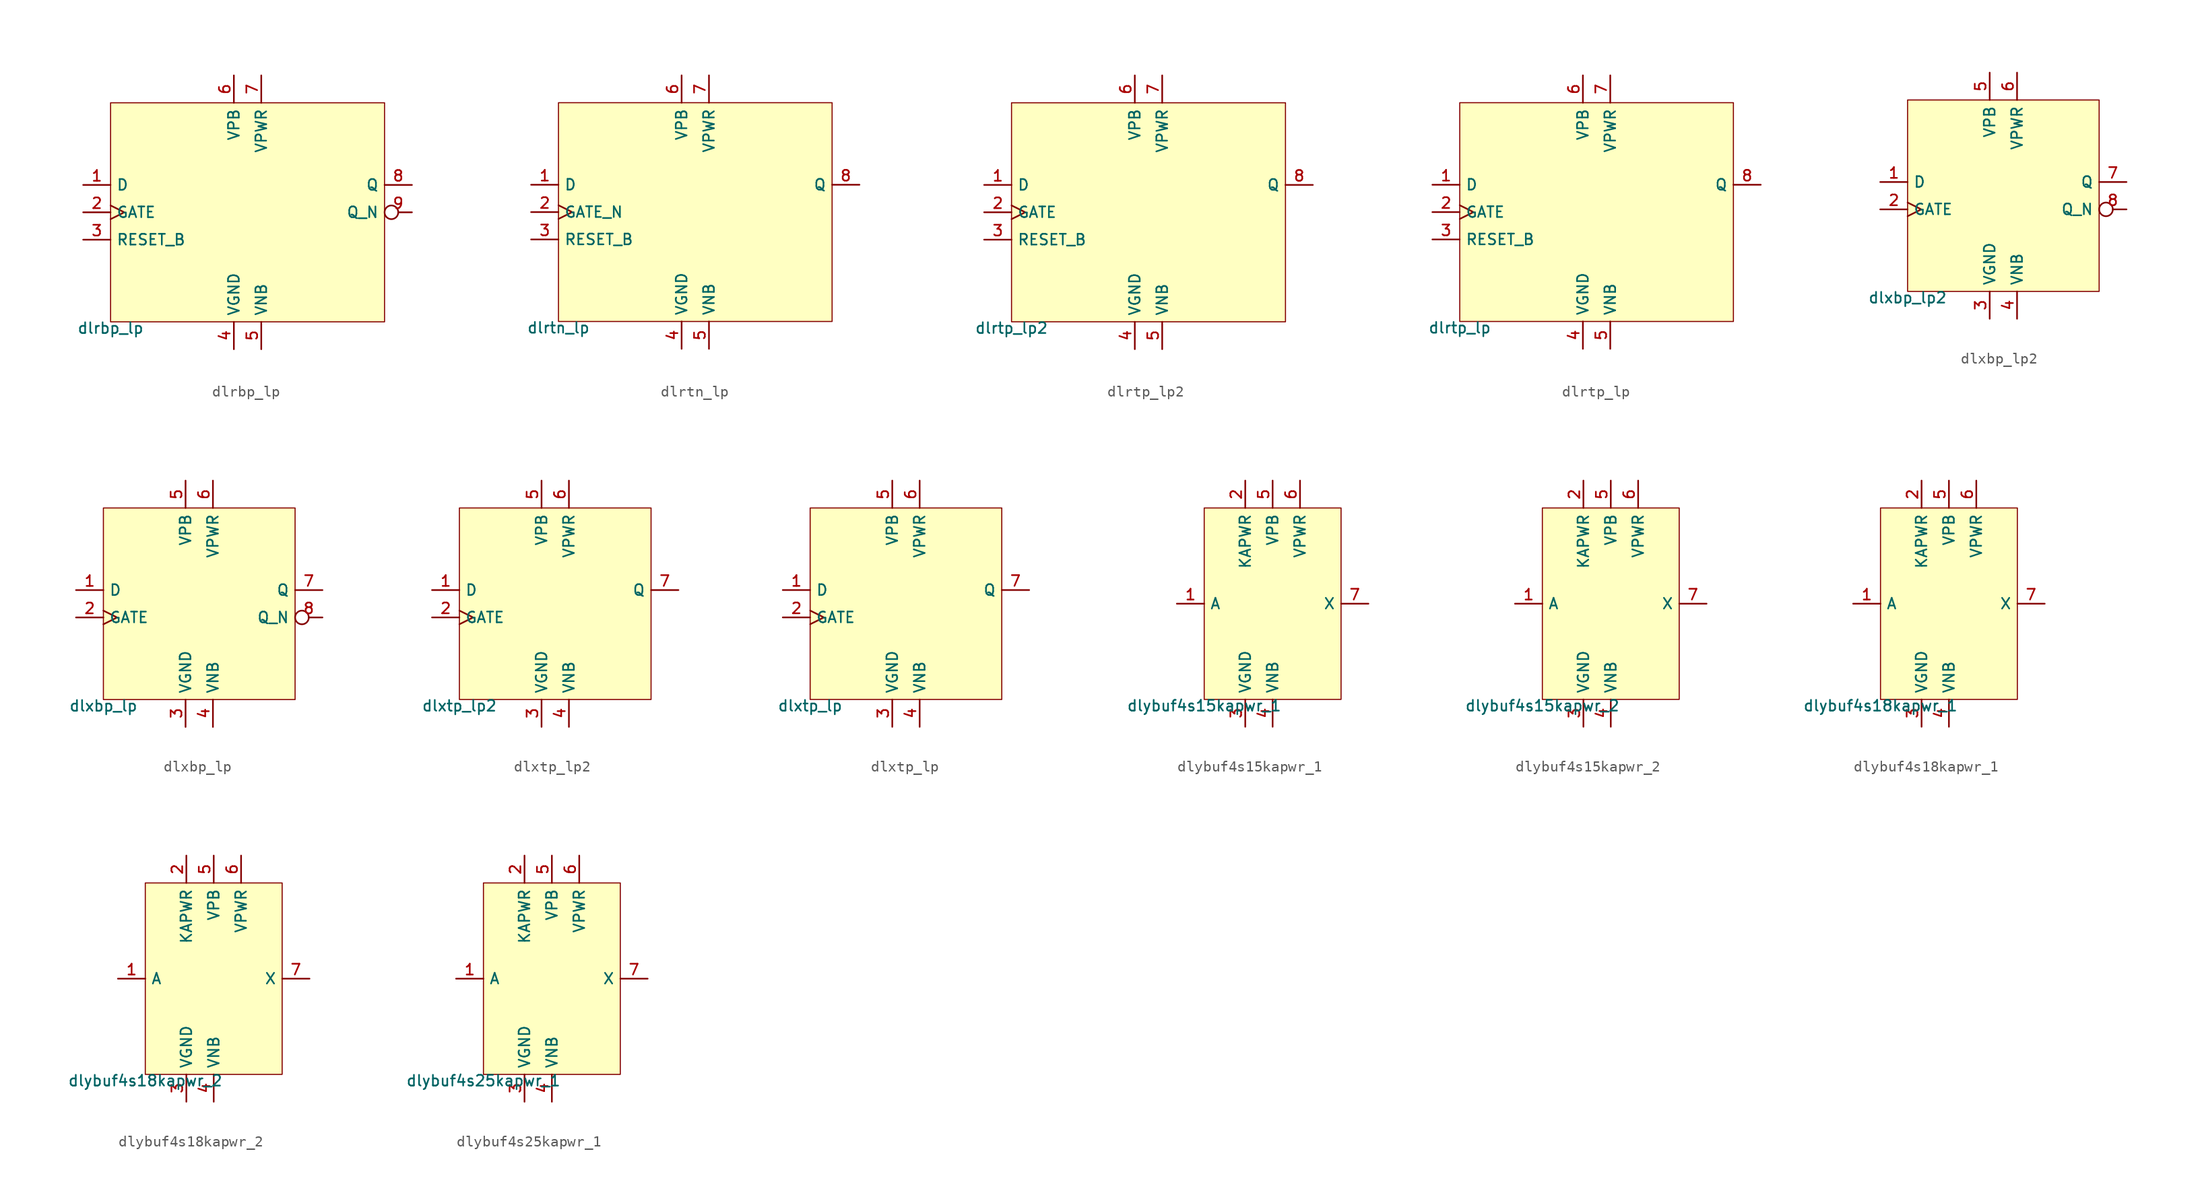
<source format=kicad_sym>
(kicad_symbol_lib
  (version 20211014)
  (generator pdk2kicad)
  (symbol "dlrbp_lp"
    (property "Reference" "X"
      (at 0 0 0)
      (effects (font (size 1 1)) hide))
    (property "Value" "dlrbp_lp"
      (at -12.7 -10.16 0)
      (effects (font (size 1 1)) (justify top)))
    (rectangle
      (start -12.7 -10.16)
      (end 12.7 10.16)
      (stroke (width 0.1) (type solid) (color 0 0 0 0))
      (fill (type background)))
    (pin input line
      (at -15.24 2.54 0)
      (length 2.54)
      (name "D" (effects (font (size 1 1)) hide))
      (number "1" (effects (font (size 1 1)) hide)))
    (pin input clock
      (at -15.24 0.0 0)
      (length 2.54)
      (name "GATE" (effects (font (size 1 1)) hide))
      (number "2" (effects (font (size 1 1)) hide)))
    (pin input line
      (at -15.24 -2.54 0)
      (length 2.54)
      (name "RESET_B" (effects (font (size 1 1)) hide))
      (number "3" (effects (font (size 1 1)) hide)))
    (pin power_in line
      (at -1.27 -12.7 90)
      (length 2.54)
      (name "VGND" (effects (font (size 1 1)) hide))
      (number "4" (effects (font (size 1 1)) hide)))
    (pin power_in line
      (at 1.27 -12.7 90)
      (length 2.54)
      (name "VNB" (effects (font (size 1 1)) hide))
      (number "5" (effects (font (size 1 1)) hide)))
    (pin power_in line
      (at -1.27 12.7 270)
      (length 2.54)
      (name "VPB" (effects (font (size 1 1)) hide))
      (number "6" (effects (font (size 1 1)) hide)))
    (pin power_in line
      (at 1.27 12.7 270)
      (length 2.54)
      (name "VPWR" (effects (font (size 1 1)) hide))
      (number "7" (effects (font (size 1 1)) hide)))
    (pin output line
      (at 15.24 2.54 180)
      (length 2.54)
      (name "Q" (effects (font (size 1 1)) hide))
      (number "8" (effects (font (size 1 1)) hide)))
    (pin output inverted
      (at 15.24 0.0 180)
      (length 2.54)
      (name "Q_N" (effects (font (size 1 1)) hide))
      (number "9" (effects (font (size 1 1)) hide))))
  (symbol "dlrtn_lp"
    (property "Reference" "X"
      (at 0 0 0)
      (effects (font (size 1 1)) hide))
    (property "Value" "dlrtn_lp"
      (at -12.7 -10.16 0)
      (effects (font (size 1 1)) (justify top)))
    (rectangle
      (start -12.7 -10.16)
      (end 12.7 10.16)
      (stroke (width 0.1) (type solid) (color 0 0 0 0))
      (fill (type background)))
    (pin input line
      (at -15.24 2.54 0)
      (length 2.54)
      (name "D" (effects (font (size 1 1)) hide))
      (number "1" (effects (font (size 1 1)) hide)))
    (pin input clock
      (at -15.24 0.0 0)
      (length 2.54)
      (name "GATE_N" (effects (font (size 1 1)) hide))
      (number "2" (effects (font (size 1 1)) hide)))
    (pin input line
      (at -15.24 -2.54 0)
      (length 2.54)
      (name "RESET_B" (effects (font (size 1 1)) hide))
      (number "3" (effects (font (size 1 1)) hide)))
    (pin power_in line
      (at -1.27 -12.7 90)
      (length 2.54)
      (name "VGND" (effects (font (size 1 1)) hide))
      (number "4" (effects (font (size 1 1)) hide)))
    (pin power_in line
      (at 1.27 -12.7 90)
      (length 2.54)
      (name "VNB" (effects (font (size 1 1)) hide))
      (number "5" (effects (font (size 1 1)) hide)))
    (pin power_in line
      (at -1.27 12.7 270)
      (length 2.54)
      (name "VPB" (effects (font (size 1 1)) hide))
      (number "6" (effects (font (size 1 1)) hide)))
    (pin power_in line
      (at 1.27 12.7 270)
      (length 2.54)
      (name "VPWR" (effects (font (size 1 1)) hide))
      (number "7" (effects (font (size 1 1)) hide)))
    (pin output line
      (at 15.24 2.54 180)
      (length 2.54)
      (name "Q" (effects (font (size 1 1)) hide))
      (number "8" (effects (font (size 1 1)) hide))))
  (symbol "dlrtp_lp2"
    (property "Reference" "X"
      (at 0 0 0)
      (effects (font (size 1 1)) hide))
    (property "Value" "dlrtp_lp2"
      (at -12.7 -10.16 0)
      (effects (font (size 1 1)) (justify top)))
    (rectangle
      (start -12.7 -10.16)
      (end 12.7 10.16)
      (stroke (width 0.1) (type solid) (color 0 0 0 0))
      (fill (type background)))
    (pin input line
      (at -15.24 2.54 0)
      (length 2.54)
      (name "D" (effects (font (size 1 1)) hide))
      (number "1" (effects (font (size 1 1)) hide)))
    (pin input clock
      (at -15.24 0.0 0)
      (length 2.54)
      (name "GATE" (effects (font (size 1 1)) hide))
      (number "2" (effects (font (size 1 1)) hide)))
    (pin input line
      (at -15.24 -2.54 0)
      (length 2.54)
      (name "RESET_B" (effects (font (size 1 1)) hide))
      (number "3" (effects (font (size 1 1)) hide)))
    (pin power_in line
      (at -1.27 -12.7 90)
      (length 2.54)
      (name "VGND" (effects (font (size 1 1)) hide))
      (number "4" (effects (font (size 1 1)) hide)))
    (pin power_in line
      (at 1.27 -12.7 90)
      (length 2.54)
      (name "VNB" (effects (font (size 1 1)) hide))
      (number "5" (effects (font (size 1 1)) hide)))
    (pin power_in line
      (at -1.27 12.7 270)
      (length 2.54)
      (name "VPB" (effects (font (size 1 1)) hide))
      (number "6" (effects (font (size 1 1)) hide)))
    (pin power_in line
      (at 1.27 12.7 270)
      (length 2.54)
      (name "VPWR" (effects (font (size 1 1)) hide))
      (number "7" (effects (font (size 1 1)) hide)))
    (pin output line
      (at 15.24 2.54 180)
      (length 2.54)
      (name "Q" (effects (font (size 1 1)) hide))
      (number "8" (effects (font (size 1 1)) hide))))
  (symbol "dlrtp_lp"
    (property "Reference" "X"
      (at 0 0 0)
      (effects (font (size 1 1)) hide))
    (property "Value" "dlrtp_lp"
      (at -12.7 -10.16 0)
      (effects (font (size 1 1)) (justify top)))
    (rectangle
      (start -12.7 -10.16)
      (end 12.7 10.16)
      (stroke (width 0.1) (type solid) (color 0 0 0 0))
      (fill (type background)))
    (pin input line
      (at -15.24 2.54 0)
      (length 2.54)
      (name "D" (effects (font (size 1 1)) hide))
      (number "1" (effects (font (size 1 1)) hide)))
    (pin input clock
      (at -15.24 0.0 0)
      (length 2.54)
      (name "GATE" (effects (font (size 1 1)) hide))
      (number "2" (effects (font (size 1 1)) hide)))
    (pin input line
      (at -15.24 -2.54 0)
      (length 2.54)
      (name "RESET_B" (effects (font (size 1 1)) hide))
      (number "3" (effects (font (size 1 1)) hide)))
    (pin power_in line
      (at -1.27 -12.7 90)
      (length 2.54)
      (name "VGND" (effects (font (size 1 1)) hide))
      (number "4" (effects (font (size 1 1)) hide)))
    (pin power_in line
      (at 1.27 -12.7 90)
      (length 2.54)
      (name "VNB" (effects (font (size 1 1)) hide))
      (number "5" (effects (font (size 1 1)) hide)))
    (pin power_in line
      (at -1.27 12.7 270)
      (length 2.54)
      (name "VPB" (effects (font (size 1 1)) hide))
      (number "6" (effects (font (size 1 1)) hide)))
    (pin power_in line
      (at 1.27 12.7 270)
      (length 2.54)
      (name "VPWR" (effects (font (size 1 1)) hide))
      (number "7" (effects (font (size 1 1)) hide)))
    (pin output line
      (at 15.24 2.54 180)
      (length 2.54)
      (name "Q" (effects (font (size 1 1)) hide))
      (number "8" (effects (font (size 1 1)) hide))))
  (symbol "dlxbp_lp2"
    (property "Reference" "X"
      (at 0 0 0)
      (effects (font (size 1 1)) hide))
    (property "Value" "dlxbp_lp2"
      (at -8.89 -8.89 0)
      (effects (font (size 1 1)) (justify top)))
    (rectangle
      (start -8.89 -8.89)
      (end 8.89 8.89)
      (stroke (width 0.1) (type solid) (color 0 0 0 0))
      (fill (type background)))
    (pin input line
      (at -11.43 1.27 0)
      (length 2.54)
      (name "D" (effects (font (size 1 1)) hide))
      (number "1" (effects (font (size 1 1)) hide)))
    (pin input clock
      (at -11.43 -1.27 0)
      (length 2.54)
      (name "GATE" (effects (font (size 1 1)) hide))
      (number "2" (effects (font (size 1 1)) hide)))
    (pin power_in line
      (at -1.27 -11.43 90)
      (length 2.54)
      (name "VGND" (effects (font (size 1 1)) hide))
      (number "3" (effects (font (size 1 1)) hide)))
    (pin power_in line
      (at 1.27 -11.43 90)
      (length 2.54)
      (name "VNB" (effects (font (size 1 1)) hide))
      (number "4" (effects (font (size 1 1)) hide)))
    (pin power_in line
      (at -1.27 11.43 270)
      (length 2.54)
      (name "VPB" (effects (font (size 1 1)) hide))
      (number "5" (effects (font (size 1 1)) hide)))
    (pin power_in line
      (at 1.27 11.43 270)
      (length 2.54)
      (name "VPWR" (effects (font (size 1 1)) hide))
      (number "6" (effects (font (size 1 1)) hide)))
    (pin output line
      (at 11.43 1.27 180)
      (length 2.54)
      (name "Q" (effects (font (size 1 1)) hide))
      (number "7" (effects (font (size 1 1)) hide)))
    (pin output inverted
      (at 11.43 -1.27 180)
      (length 2.54)
      (name "Q_N" (effects (font (size 1 1)) hide))
      (number "8" (effects (font (size 1 1)) hide))))
  (symbol "dlxbp_lp"
    (property "Reference" "X"
      (at 0 0 0)
      (effects (font (size 1 1)) hide))
    (property "Value" "dlxbp_lp"
      (at -8.89 -8.89 0)
      (effects (font (size 1 1)) (justify top)))
    (rectangle
      (start -8.89 -8.89)
      (end 8.89 8.89)
      (stroke (width 0.1) (type solid) (color 0 0 0 0))
      (fill (type background)))
    (pin input line
      (at -11.43 1.27 0)
      (length 2.54)
      (name "D" (effects (font (size 1 1)) hide))
      (number "1" (effects (font (size 1 1)) hide)))
    (pin input clock
      (at -11.43 -1.27 0)
      (length 2.54)
      (name "GATE" (effects (font (size 1 1)) hide))
      (number "2" (effects (font (size 1 1)) hide)))
    (pin power_in line
      (at -1.27 -11.43 90)
      (length 2.54)
      (name "VGND" (effects (font (size 1 1)) hide))
      (number "3" (effects (font (size 1 1)) hide)))
    (pin power_in line
      (at 1.27 -11.43 90)
      (length 2.54)
      (name "VNB" (effects (font (size 1 1)) hide))
      (number "4" (effects (font (size 1 1)) hide)))
    (pin power_in line
      (at -1.27 11.43 270)
      (length 2.54)
      (name "VPB" (effects (font (size 1 1)) hide))
      (number "5" (effects (font (size 1 1)) hide)))
    (pin power_in line
      (at 1.27 11.43 270)
      (length 2.54)
      (name "VPWR" (effects (font (size 1 1)) hide))
      (number "6" (effects (font (size 1 1)) hide)))
    (pin output line
      (at 11.43 1.27 180)
      (length 2.54)
      (name "Q" (effects (font (size 1 1)) hide))
      (number "7" (effects (font (size 1 1)) hide)))
    (pin output inverted
      (at 11.43 -1.27 180)
      (length 2.54)
      (name "Q_N" (effects (font (size 1 1)) hide))
      (number "8" (effects (font (size 1 1)) hide))))
  (symbol "dlxtp_lp2"
    (property "Reference" "X"
      (at 0 0 0)
      (effects (font (size 1 1)) hide))
    (property "Value" "dlxtp_lp2"
      (at -8.89 -8.89 0)
      (effects (font (size 1 1)) (justify top)))
    (rectangle
      (start -8.89 -8.89)
      (end 8.89 8.89)
      (stroke (width 0.1) (type solid) (color 0 0 0 0))
      (fill (type background)))
    (pin input line
      (at -11.43 1.27 0)
      (length 2.54)
      (name "D" (effects (font (size 1 1)) hide))
      (number "1" (effects (font (size 1 1)) hide)))
    (pin input clock
      (at -11.43 -1.27 0)
      (length 2.54)
      (name "GATE" (effects (font (size 1 1)) hide))
      (number "2" (effects (font (size 1 1)) hide)))
    (pin power_in line
      (at -1.27 -11.43 90)
      (length 2.54)
      (name "VGND" (effects (font (size 1 1)) hide))
      (number "3" (effects (font (size 1 1)) hide)))
    (pin power_in line
      (at 1.27 -11.43 90)
      (length 2.54)
      (name "VNB" (effects (font (size 1 1)) hide))
      (number "4" (effects (font (size 1 1)) hide)))
    (pin power_in line
      (at -1.27 11.43 270)
      (length 2.54)
      (name "VPB" (effects (font (size 1 1)) hide))
      (number "5" (effects (font (size 1 1)) hide)))
    (pin power_in line
      (at 1.27 11.43 270)
      (length 2.54)
      (name "VPWR" (effects (font (size 1 1)) hide))
      (number "6" (effects (font (size 1 1)) hide)))
    (pin output line
      (at 11.43 1.27 180)
      (length 2.54)
      (name "Q" (effects (font (size 1 1)) hide))
      (number "7" (effects (font (size 1 1)) hide))))
  (symbol "dlxtp_lp"
    (property "Reference" "X"
      (at 0 0 0)
      (effects (font (size 1 1)) hide))
    (property "Value" "dlxtp_lp"
      (at -8.89 -8.89 0)
      (effects (font (size 1 1)) (justify top)))
    (rectangle
      (start -8.89 -8.89)
      (end 8.89 8.89)
      (stroke (width 0.1) (type solid) (color 0 0 0 0))
      (fill (type background)))
    (pin input line
      (at -11.43 1.27 0)
      (length 2.54)
      (name "D" (effects (font (size 1 1)) hide))
      (number "1" (effects (font (size 1 1)) hide)))
    (pin input clock
      (at -11.43 -1.27 0)
      (length 2.54)
      (name "GATE" (effects (font (size 1 1)) hide))
      (number "2" (effects (font (size 1 1)) hide)))
    (pin power_in line
      (at -1.27 -11.43 90)
      (length 2.54)
      (name "VGND" (effects (font (size 1 1)) hide))
      (number "3" (effects (font (size 1 1)) hide)))
    (pin power_in line
      (at 1.27 -11.43 90)
      (length 2.54)
      (name "VNB" (effects (font (size 1 1)) hide))
      (number "4" (effects (font (size 1 1)) hide)))
    (pin power_in line
      (at -1.27 11.43 270)
      (length 2.54)
      (name "VPB" (effects (font (size 1 1)) hide))
      (number "5" (effects (font (size 1 1)) hide)))
    (pin power_in line
      (at 1.27 11.43 270)
      (length 2.54)
      (name "VPWR" (effects (font (size 1 1)) hide))
      (number "6" (effects (font (size 1 1)) hide)))
    (pin output line
      (at 11.43 1.27 180)
      (length 2.54)
      (name "Q" (effects (font (size 1 1)) hide))
      (number "7" (effects (font (size 1 1)) hide))))
  (symbol "dlybuf4s15kapwr_1"
    (property "Reference" "X"
      (at 0 0 0)
      (effects (font (size 1 1)) hide))
    (property "Value" "dlybuf4s15kapwr_1"
      (at -6.35 -8.89 0)
      (effects (font (size 1 1)) (justify top)))
    (rectangle
      (start -6.35 -8.89)
      (end 6.35 8.89)
      (stroke (width 0.1) (type solid) (color 0 0 0 0))
      (fill (type background)))
    (pin input line
      (at -8.89 8.881784197001252e-16 0)
      (length 2.54)
      (name "A" (effects (font (size 1 1)) hide))
      (number "1" (effects (font (size 1 1)) hide)))
    (pin power_in line
      (at -2.54 11.43 270)
      (length 2.54)
      (name "KAPWR" (effects (font (size 1 1)) hide))
      (number "2" (effects (font (size 1 1)) hide)))
    (pin power_in line
      (at -2.54 -11.43 90)
      (length 2.54)
      (name "VGND" (effects (font (size 1 1)) hide))
      (number "3" (effects (font (size 1 1)) hide)))
    (pin power_in line
      (at 4.440892098500626e-16 -11.43 90)
      (length 2.54)
      (name "VNB" (effects (font (size 1 1)) hide))
      (number "4" (effects (font (size 1 1)) hide)))
    (pin power_in line
      (at 4.440892098500626e-16 11.43 270)
      (length 2.54)
      (name "VPB" (effects (font (size 1 1)) hide))
      (number "5" (effects (font (size 1 1)) hide)))
    (pin power_in line
      (at 2.54 11.43 270)
      (length 2.54)
      (name "VPWR" (effects (font (size 1 1)) hide))
      (number "6" (effects (font (size 1 1)) hide)))
    (pin output line
      (at 8.89 8.881784197001252e-16 180)
      (length 2.54)
      (name "X" (effects (font (size 1 1)) hide))
      (number "7" (effects (font (size 1 1)) hide))))
  (symbol "dlybuf4s15kapwr_2"
    (property "Reference" "X"
      (at 0 0 0)
      (effects (font (size 1 1)) hide))
    (property "Value" "dlybuf4s15kapwr_2"
      (at -6.35 -8.89 0)
      (effects (font (size 1 1)) (justify top)))
    (rectangle
      (start -6.35 -8.89)
      (end 6.35 8.89)
      (stroke (width 0.1) (type solid) (color 0 0 0 0))
      (fill (type background)))
    (pin input line
      (at -8.89 8.881784197001252e-16 0)
      (length 2.54)
      (name "A" (effects (font (size 1 1)) hide))
      (number "1" (effects (font (size 1 1)) hide)))
    (pin power_in line
      (at -2.54 11.43 270)
      (length 2.54)
      (name "KAPWR" (effects (font (size 1 1)) hide))
      (number "2" (effects (font (size 1 1)) hide)))
    (pin power_in line
      (at -2.54 -11.43 90)
      (length 2.54)
      (name "VGND" (effects (font (size 1 1)) hide))
      (number "3" (effects (font (size 1 1)) hide)))
    (pin power_in line
      (at 4.440892098500626e-16 -11.43 90)
      (length 2.54)
      (name "VNB" (effects (font (size 1 1)) hide))
      (number "4" (effects (font (size 1 1)) hide)))
    (pin power_in line
      (at 4.440892098500626e-16 11.43 270)
      (length 2.54)
      (name "VPB" (effects (font (size 1 1)) hide))
      (number "5" (effects (font (size 1 1)) hide)))
    (pin power_in line
      (at 2.54 11.43 270)
      (length 2.54)
      (name "VPWR" (effects (font (size 1 1)) hide))
      (number "6" (effects (font (size 1 1)) hide)))
    (pin output line
      (at 8.89 8.881784197001252e-16 180)
      (length 2.54)
      (name "X" (effects (font (size 1 1)) hide))
      (number "7" (effects (font (size 1 1)) hide))))
  (symbol "dlybuf4s18kapwr_1"
    (property "Reference" "X"
      (at 0 0 0)
      (effects (font (size 1 1)) hide))
    (property "Value" "dlybuf4s18kapwr_1"
      (at -6.35 -8.89 0)
      (effects (font (size 1 1)) (justify top)))
    (rectangle
      (start -6.35 -8.89)
      (end 6.35 8.89)
      (stroke (width 0.1) (type solid) (color 0 0 0 0))
      (fill (type background)))
    (pin input line
      (at -8.89 8.881784197001252e-16 0)
      (length 2.54)
      (name "A" (effects (font (size 1 1)) hide))
      (number "1" (effects (font (size 1 1)) hide)))
    (pin power_in line
      (at -2.54 11.43 270)
      (length 2.54)
      (name "KAPWR" (effects (font (size 1 1)) hide))
      (number "2" (effects (font (size 1 1)) hide)))
    (pin power_in line
      (at -2.54 -11.43 90)
      (length 2.54)
      (name "VGND" (effects (font (size 1 1)) hide))
      (number "3" (effects (font (size 1 1)) hide)))
    (pin power_in line
      (at 4.440892098500626e-16 -11.43 90)
      (length 2.54)
      (name "VNB" (effects (font (size 1 1)) hide))
      (number "4" (effects (font (size 1 1)) hide)))
    (pin power_in line
      (at 4.440892098500626e-16 11.43 270)
      (length 2.54)
      (name "VPB" (effects (font (size 1 1)) hide))
      (number "5" (effects (font (size 1 1)) hide)))
    (pin power_in line
      (at 2.54 11.43 270)
      (length 2.54)
      (name "VPWR" (effects (font (size 1 1)) hide))
      (number "6" (effects (font (size 1 1)) hide)))
    (pin output line
      (at 8.89 8.881784197001252e-16 180)
      (length 2.54)
      (name "X" (effects (font (size 1 1)) hide))
      (number "7" (effects (font (size 1 1)) hide))))
  (symbol "dlybuf4s18kapwr_2"
    (property "Reference" "X"
      (at 0 0 0)
      (effects (font (size 1 1)) hide))
    (property "Value" "dlybuf4s18kapwr_2"
      (at -6.35 -8.89 0)
      (effects (font (size 1 1)) (justify top)))
    (rectangle
      (start -6.35 -8.89)
      (end 6.35 8.89)
      (stroke (width 0.1) (type solid) (color 0 0 0 0))
      (fill (type background)))
    (pin input line
      (at -8.89 8.881784197001252e-16 0)
      (length 2.54)
      (name "A" (effects (font (size 1 1)) hide))
      (number "1" (effects (font (size 1 1)) hide)))
    (pin power_in line
      (at -2.54 11.43 270)
      (length 2.54)
      (name "KAPWR" (effects (font (size 1 1)) hide))
      (number "2" (effects (font (size 1 1)) hide)))
    (pin power_in line
      (at -2.54 -11.43 90)
      (length 2.54)
      (name "VGND" (effects (font (size 1 1)) hide))
      (number "3" (effects (font (size 1 1)) hide)))
    (pin power_in line
      (at 4.440892098500626e-16 -11.43 90)
      (length 2.54)
      (name "VNB" (effects (font (size 1 1)) hide))
      (number "4" (effects (font (size 1 1)) hide)))
    (pin power_in line
      (at 4.440892098500626e-16 11.43 270)
      (length 2.54)
      (name "VPB" (effects (font (size 1 1)) hide))
      (number "5" (effects (font (size 1 1)) hide)))
    (pin power_in line
      (at 2.54 11.43 270)
      (length 2.54)
      (name "VPWR" (effects (font (size 1 1)) hide))
      (number "6" (effects (font (size 1 1)) hide)))
    (pin output line
      (at 8.89 8.881784197001252e-16 180)
      (length 2.54)
      (name "X" (effects (font (size 1 1)) hide))
      (number "7" (effects (font (size 1 1)) hide))))
  (symbol "dlybuf4s25kapwr_1"
    (property "Reference" "X"
      (at 0 0 0)
      (effects (font (size 1 1)) hide))
    (property "Value" "dlybuf4s25kapwr_1"
      (at -6.35 -8.89 0)
      (effects (font (size 1 1)) (justify top)))
    (rectangle
      (start -6.35 -8.89)
      (end 6.35 8.89)
      (stroke (width 0.1) (type solid) (color 0 0 0 0))
      (fill (type background)))
    (pin input line
      (at -8.89 8.881784197001252e-16 0)
      (length 2.54)
      (name "A" (effects (font (size 1 1)) hide))
      (number "1" (effects (font (size 1 1)) hide)))
    (pin power_in line
      (at -2.54 11.43 270)
      (length 2.54)
      (name "KAPWR" (effects (font (size 1 1)) hide))
      (number "2" (effects (font (size 1 1)) hide)))
    (pin power_in line
      (at -2.54 -11.43 90)
      (length 2.54)
      (name "VGND" (effects (font (size 1 1)) hide))
      (number "3" (effects (font (size 1 1)) hide)))
    (pin power_in line
      (at 4.440892098500626e-16 -11.43 90)
      (length 2.54)
      (name "VNB" (effects (font (size 1 1)) hide))
      (number "4" (effects (font (size 1 1)) hide)))
    (pin power_in line
      (at 4.440892098500626e-16 11.43 270)
      (length 2.54)
      (name "VPB" (effects (font (size 1 1)) hide))
      (number "5" (effects (font (size 1 1)) hide)))
    (pin power_in line
      (at 2.54 11.43 270)
      (length 2.54)
      (name "VPWR" (effects (font (size 1 1)) hide))
      (number "6" (effects (font (size 1 1)) hide)))
    (pin output line
      (at 8.89 8.881784197001252e-16 180)
      (length 2.54)
      (name "X" (effects (font (size 1 1)) hide))
      (number "7" (effects (font (size 1 1)) hide)))))
</source>
